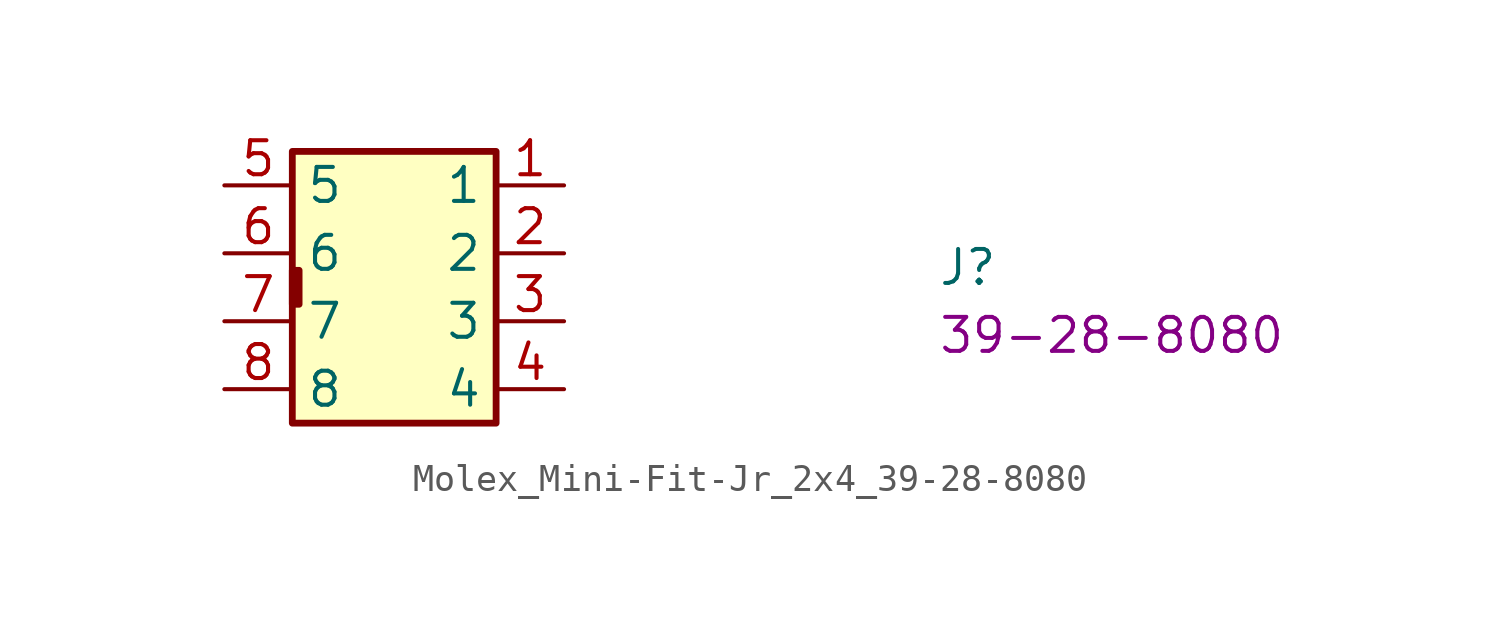
<source format=kicad_sym>
(kicad_symbol_lib
  (version 20220914)
  (generator kicad_symbol_editor)
  (symbol "Molex_Mini-Fit-Jr_2x4_39-28-8080"
    (property "Reference" "J"
      (at 26.67 -3.81 0)
      (effects (font (size 1.27 1.27) (thickness 0.15)) (justify left bottom)))
    (property "MPN" "39-28-8080"
      (at 26.67 -6.35 0)
      (effects (font (size 1.27 1.27) (thickness 0.15)) (justify left bottom)))
    (symbol "Molex_Mini-Fit-Jr_2x4_39-28-8080_1_1"
      (rectangle (start 2.54 -3.175) (end 2.794 -4.445) (stroke (width 0.254) (type default)) (fill (type background)))
      (rectangle (start 2.54 1.27) (end 10.16 -8.89) (stroke (width 0.254) (type default)) (fill (type background)))
      (pin bidirectional line (at 12.7 0 180) (length 2.54) (name "1" (effects (font (size 1.27 1.27)))) (number "1" (effects (font (size 1.27 1.27)))))
      (pin bidirectional line (at 12.7 -2.54 180) (length 2.54) (name "2" (effects (font (size 1.27 1.27)))) (number "2" (effects (font (size 1.27 1.27)))))
      (pin bidirectional line (at 12.7 -5.08 180) (length 2.54) (name "3" (effects (font (size 1.27 1.27)))) (number "3" (effects (font (size 1.27 1.27)))))
      (pin bidirectional line (at 12.7 -7.62 180) (length 2.54) (name "4" (effects (font (size 1.27 1.27)))) (number "4" (effects (font (size 1.27 1.27)))))
      (pin bidirectional line (at 0 0 0) (length 2.54) (name "5" (effects (font (size 1.27 1.27)))) (number "5" (effects (font (size 1.27 1.27)))))
      (pin bidirectional line (at 0 -2.54 0) (length 2.54) (name "6" (effects (font (size 1.27 1.27)))) (number "6" (effects (font (size 1.27 1.27)))))
      (pin bidirectional line (at 0 -5.08 0) (length 2.54) (name "7" (effects (font (size 1.27 1.27)))) (number "7" (effects (font (size 1.27 1.27)))))
      (pin bidirectional line (at 0 -7.62 0) (length 2.54) (name "8" (effects (font (size 1.27 1.27)))) (number "8" (effects (font (size 1.27 1.27))))))))
</source>
